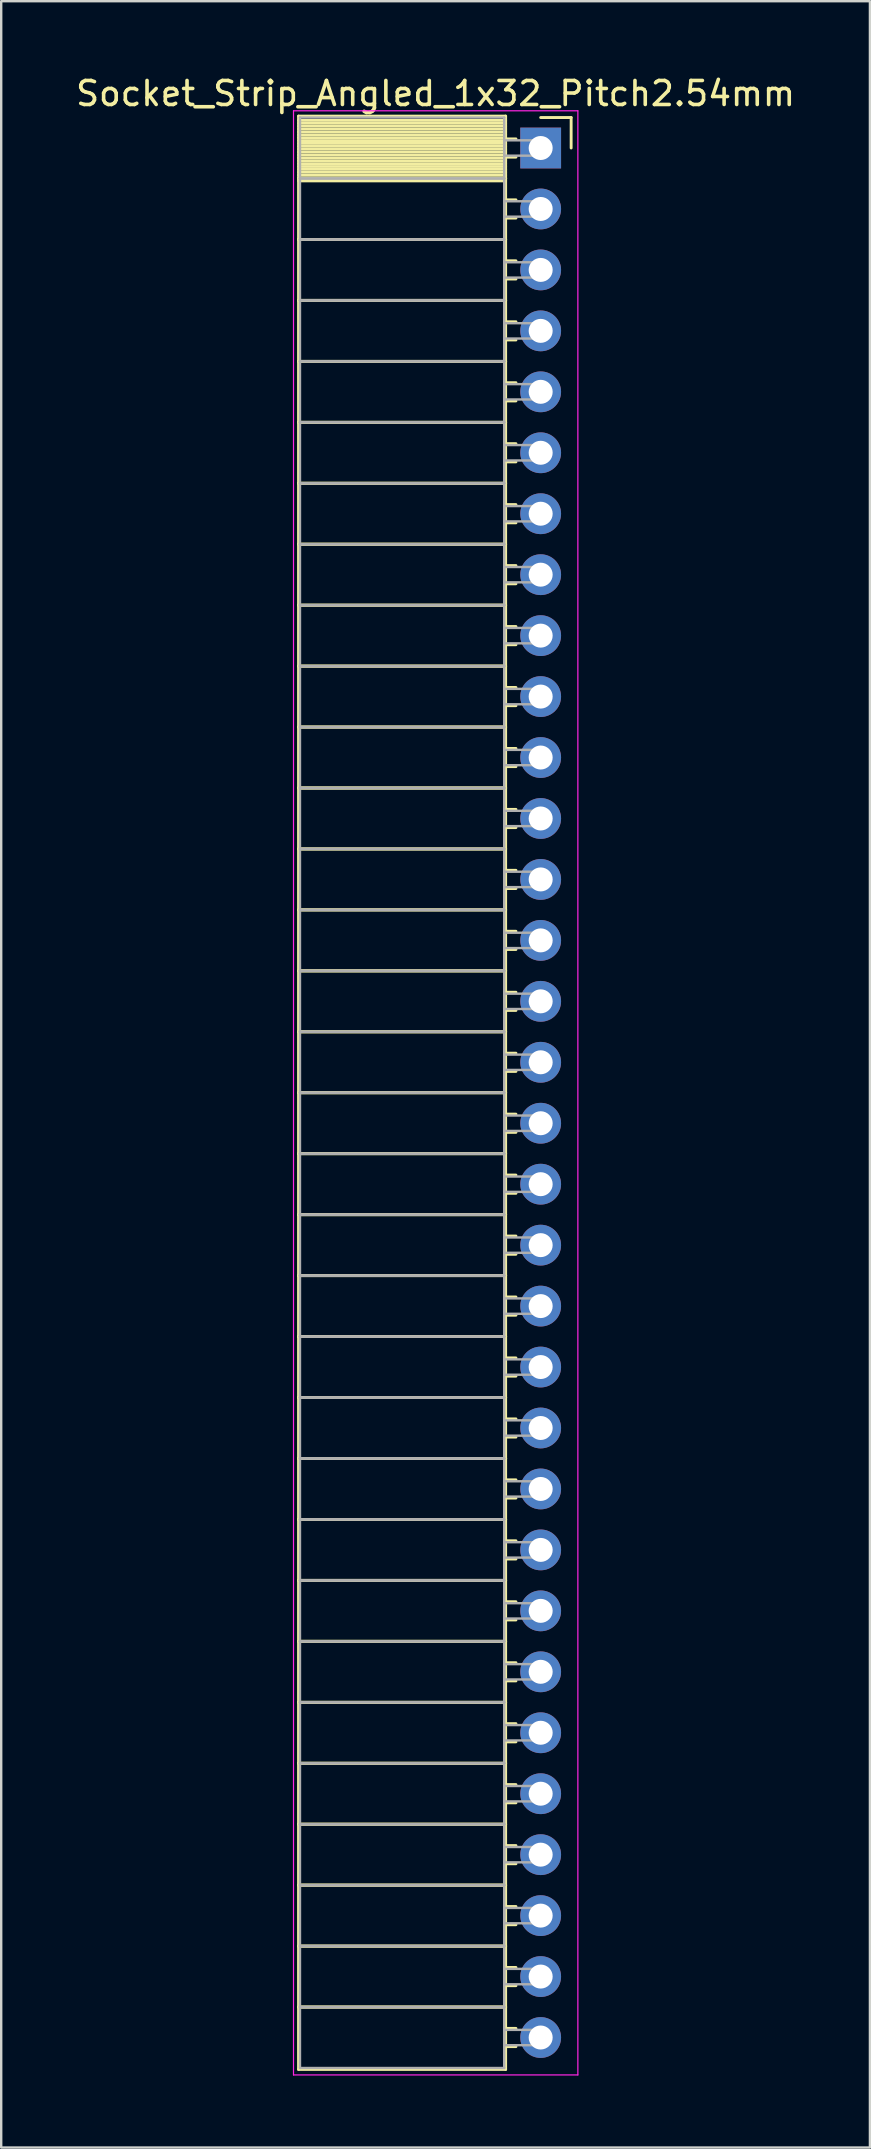
<source format=kicad_pcb>
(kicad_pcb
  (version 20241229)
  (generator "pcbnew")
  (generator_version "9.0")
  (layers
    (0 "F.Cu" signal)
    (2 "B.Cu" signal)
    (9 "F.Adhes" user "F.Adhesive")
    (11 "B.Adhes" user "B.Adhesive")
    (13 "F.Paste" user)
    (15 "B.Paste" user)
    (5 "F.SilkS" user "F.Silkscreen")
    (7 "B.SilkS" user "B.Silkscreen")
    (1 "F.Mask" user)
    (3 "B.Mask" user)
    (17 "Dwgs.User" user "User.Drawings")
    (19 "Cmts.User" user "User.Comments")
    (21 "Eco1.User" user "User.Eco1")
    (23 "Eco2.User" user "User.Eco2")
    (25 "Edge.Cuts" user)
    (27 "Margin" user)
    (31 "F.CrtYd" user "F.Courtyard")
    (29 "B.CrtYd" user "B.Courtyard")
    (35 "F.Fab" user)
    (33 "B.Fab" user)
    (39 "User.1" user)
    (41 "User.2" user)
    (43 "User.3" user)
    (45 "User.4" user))
  (footprint "Socket_Strip_Angled_1x32_Pitch2.54mm"
    (layer "F.Cu")
    (at 19.481 3.118)
    (property "Reference" "Socket_Strip_Angled_1x32_Pitch2.54mm" (at -4.38 -2.27 0) (layer "F.SilkS") (effects (font (size 1 1) (thickness 0.15))))
    (attr through_hole)
    (fp_line (start -10.09 -1.33) (end -1.46 -1.33) (stroke (width 0.12) (type solid)) (layer "F.SilkS"))
    (fp_line (start -10.09 1.27) (end -10.09 -1.33) (stroke (width 0.12) (type solid)) (layer "F.SilkS"))
    (fp_line (start -10.09 1.27) (end -1.46 1.27) (stroke (width 0.12) (type solid)) (layer "F.SilkS"))
    (fp_line (start -10.09 3.81) (end -10.09 1.27) (stroke (width 0.12) (type solid)) (layer "F.SilkS"))
    (fp_line (start -10.09 3.81) (end -1.46 3.81) (stroke (width 0.12) (type solid)) (layer "F.SilkS"))
    (fp_line (start -10.09 6.35) (end -10.09 3.81) (stroke (width 0.12) (type solid)) (layer "F.SilkS"))
    (fp_line (start -10.09 6.35) (end -1.46 6.35) (stroke (width 0.12) (type solid)) (layer "F.SilkS"))
    (fp_line (start -10.09 8.89) (end -10.09 6.35) (stroke (width 0.12) (type solid)) (layer "F.SilkS"))
    (fp_line (start -10.09 8.89) (end -1.46 8.89) (stroke (width 0.12) (type solid)) (layer "F.SilkS"))
    (fp_line (start -10.09 11.43) (end -10.09 8.89) (stroke (width 0.12) (type solid)) (layer "F.SilkS"))
    (fp_line (start -10.09 11.43) (end -1.46 11.43) (stroke (width 0.12) (type solid)) (layer "F.SilkS"))
    (fp_line (start -10.09 13.97) (end -10.09 11.43) (stroke (width 0.12) (type solid)) (layer "F.SilkS"))
    (fp_line (start -10.09 13.97) (end -1.46 13.97) (stroke (width 0.12) (type solid)) (layer "F.SilkS"))
    (fp_line (start -10.09 16.51) (end -10.09 13.97) (stroke (width 0.12) (type solid)) (layer "F.SilkS"))
    (fp_line (start -10.09 16.51) (end -1.46 16.51) (stroke (width 0.12) (type solid)) (layer "F.SilkS"))
    (fp_line (start -10.09 19.05) (end -10.09 16.51) (stroke (width 0.12) (type solid)) (layer "F.SilkS"))
    (fp_line (start -10.09 19.05) (end -1.46 19.05) (stroke (width 0.12) (type solid)) (layer "F.SilkS"))
    (fp_line (start -10.09 21.59) (end -10.09 19.05) (stroke (width 0.12) (type solid)) (layer "F.SilkS"))
    (fp_line (start -10.09 21.59) (end -1.46 21.59) (stroke (width 0.12) (type solid)) (layer "F.SilkS"))
    (fp_line (start -10.09 24.13) (end -10.09 21.59) (stroke (width 0.12) (type solid)) (layer "F.SilkS"))
    (fp_line (start -10.09 24.13) (end -1.46 24.13) (stroke (width 0.12) (type solid)) (layer "F.SilkS"))
    (fp_line (start -10.09 26.67) (end -10.09 24.13) (stroke (width 0.12) (type solid)) (layer "F.SilkS"))
    (fp_line (start -10.09 26.67) (end -1.46 26.67) (stroke (width 0.12) (type solid)) (layer "F.SilkS"))
    (fp_line (start -10.09 29.21) (end -10.09 26.67) (stroke (width 0.12) (type solid)) (layer "F.SilkS"))
    (fp_line (start -10.09 29.21) (end -1.46 29.21) (stroke (width 0.12) (type solid)) (layer "F.SilkS"))
    (fp_line (start -10.09 31.75) (end -10.09 29.21) (stroke (width 0.12) (type solid)) (layer "F.SilkS"))
    (fp_line (start -10.09 31.75) (end -1.46 31.75) (stroke (width 0.12) (type solid)) (layer "F.SilkS"))
    (fp_line (start -10.09 34.29) (end -10.09 31.75) (stroke (width 0.12) (type solid)) (layer "F.SilkS"))
    (fp_line (start -10.09 34.29) (end -1.46 34.29) (stroke (width 0.12) (type solid)) (layer "F.SilkS"))
    (fp_line (start -10.09 36.83) (end -10.09 34.29) (stroke (width 0.12) (type solid)) (layer "F.SilkS"))
    (fp_line (start -10.09 36.83) (end -1.46 36.83) (stroke (width 0.12) (type solid)) (layer "F.SilkS"))
    (fp_line (start -10.09 39.37) (end -10.09 36.83) (stroke (width 0.12) (type solid)) (layer "F.SilkS"))
    (fp_line (start -10.09 39.37) (end -1.46 39.37) (stroke (width 0.12) (type solid)) (layer "F.SilkS"))
    (fp_line (start -10.09 41.91) (end -10.09 39.37) (stroke (width 0.12) (type solid)) (layer "F.SilkS"))
    (fp_line (start -10.09 41.91) (end -1.46 41.91) (stroke (width 0.12) (type solid)) (layer "F.SilkS"))
    (fp_line (start -10.09 44.45) (end -10.09 41.91) (stroke (width 0.12) (type solid)) (layer "F.SilkS"))
    (fp_line (start -10.09 44.45) (end -1.46 44.45) (stroke (width 0.12) (type solid)) (layer "F.SilkS"))
    (fp_line (start -10.09 46.99) (end -10.09 44.45) (stroke (width 0.12) (type solid)) (layer "F.SilkS"))
    (fp_line (start -10.09 46.99) (end -1.46 46.99) (stroke (width 0.12) (type solid)) (layer "F.SilkS"))
    (fp_line (start -10.09 49.53) (end -10.09 46.99) (stroke (width 0.12) (type solid)) (layer "F.SilkS"))
    (fp_line (start -10.09 49.53) (end -1.46 49.53) (stroke (width 0.12) (type solid)) (layer "F.SilkS"))
    (fp_line (start -10.09 52.07) (end -10.09 49.53) (stroke (width 0.12) (type solid)) (layer "F.SilkS"))
    (fp_line (start -10.09 52.07) (end -1.46 52.07) (stroke (width 0.12) (type solid)) (layer "F.SilkS"))
    (fp_line (start -10.09 54.61) (end -10.09 52.07) (stroke (width 0.12) (type solid)) (layer "F.SilkS"))
    (fp_line (start -10.09 54.61) (end -1.46 54.61) (stroke (width 0.12) (type solid)) (layer "F.SilkS"))
    (fp_line (start -10.09 57.15) (end -10.09 54.61) (stroke (width 0.12) (type solid)) (layer "F.SilkS"))
    (fp_line (start -10.09 57.15) (end -1.46 57.15) (stroke (width 0.12) (type solid)) (layer "F.SilkS"))
    (fp_line (start -10.09 59.69) (end -10.09 57.15) (stroke (width 0.12) (type solid)) (layer "F.SilkS"))
    (fp_line (start -10.09 59.69) (end -1.46 59.69) (stroke (width 0.12) (type solid)) (layer "F.SilkS"))
    (fp_line (start -10.09 62.23) (end -10.09 59.69) (stroke (width 0.12) (type solid)) (layer "F.SilkS"))
    (fp_line (start -10.09 62.23) (end -1.46 62.23) (stroke (width 0.12) (type solid)) (layer "F.SilkS"))
    (fp_line (start -10.09 64.77) (end -10.09 62.23) (stroke (width 0.12) (type solid)) (layer "F.SilkS"))
    (fp_line (start -10.09 64.77) (end -1.46 64.77) (stroke (width 0.12) (type solid)) (layer "F.SilkS"))
    (fp_line (start -10.09 67.31) (end -10.09 64.77) (stroke (width 0.12) (type solid)) (layer "F.SilkS"))
    (fp_line (start -10.09 67.31) (end -1.46 67.31) (stroke (width 0.12) (type solid)) (layer "F.SilkS"))
    (fp_line (start -10.09 69.85) (end -10.09 67.31) (stroke (width 0.12) (type solid)) (layer "F.SilkS"))
    (fp_line (start -10.09 69.85) (end -1.46 69.85) (stroke (width 0.12) (type solid)) (layer "F.SilkS"))
    (fp_line (start -10.09 72.39) (end -10.09 69.85) (stroke (width 0.12) (type solid)) (layer "F.SilkS"))
    (fp_line (start -10.09 72.39) (end -1.46 72.39) (stroke (width 0.12) (type solid)) (layer "F.SilkS"))
    (fp_line (start -10.09 74.93) (end -10.09 72.39) (stroke (width 0.12) (type solid)) (layer "F.SilkS"))
    (fp_line (start -10.09 74.93) (end -1.46 74.93) (stroke (width 0.12) (type solid)) (layer "F.SilkS"))
    (fp_line (start -10.09 77.47) (end -10.09 74.93) (stroke (width 0.12) (type solid)) (layer "F.SilkS"))
    (fp_line (start -10.09 77.47) (end -1.46 77.47) (stroke (width 0.12) (type solid)) (layer "F.SilkS"))
    (fp_line (start -10.09 80.07) (end -10.09 77.47) (stroke (width 0.12) (type solid)) (layer "F.SilkS"))
    (fp_line (start -1.46 -1.33) (end -1.46 1.27) (stroke (width 0.12) (type solid)) (layer "F.SilkS"))
    (fp_line (start -1.46 -1.15) (end -10.09 -1.15) (stroke (width 0.12) (type solid)) (layer "F.SilkS"))
    (fp_line (start -1.46 -1.03) (end -10.09 -1.03) (stroke (width 0.12) (type solid)) (layer "F.SilkS"))
    (fp_line (start -1.46 -0.91) (end -10.09 -0.91) (stroke (width 0.12) (type solid)) (layer "F.SilkS"))
    (fp_line (start -1.46 -0.79) (end -10.09 -0.79) (stroke (width 0.12) (type solid)) (layer "F.SilkS"))
    (fp_line (start -1.46 -0.67) (end -10.09 -0.67) (stroke (width 0.12) (type solid)) (layer "F.SilkS"))
    (fp_line (start -1.46 -0.55) (end -10.09 -0.55) (stroke (width 0.12) (type solid)) (layer "F.SilkS"))
    (fp_line (start -1.46 -0.43) (end -10.09 -0.43) (stroke (width 0.12) (type solid)) (layer "F.SilkS"))
    (fp_line (start -1.46 -0.31) (end -10.09 -0.31) (stroke (width 0.12) (type solid)) (layer "F.SilkS"))
    (fp_line (start -1.46 -0.19) (end -10.09 -0.19) (stroke (width 0.12) (type solid)) (layer "F.SilkS"))
    (fp_line (start -1.46 -0.07) (end -10.09 -0.07) (stroke (width 0.12) (type solid)) (layer "F.SilkS"))
    (fp_line (start -1.46 0.05) (end -10.09 0.05) (stroke (width 0.12) (type solid)) (layer "F.SilkS"))
    (fp_line (start -1.46 0.17) (end -10.09 0.17) (stroke (width 0.12) (type solid)) (layer "F.SilkS"))
    (fp_line (start -1.46 0.29) (end -10.09 0.29) (stroke (width 0.12) (type solid)) (layer "F.SilkS"))
    (fp_line (start -1.46 0.41) (end -10.09 0.41) (stroke (width 0.12) (type solid)) (layer "F.SilkS"))
    (fp_line (start -1.46 0.53) (end -10.09 0.53) (stroke (width 0.12) (type solid)) (layer "F.SilkS"))
    (fp_line (start -1.46 0.65) (end -10.09 0.65) (stroke (width 0.12) (type solid)) (layer "F.SilkS"))
    (fp_line (start -1.46 0.77) (end -10.09 0.77) (stroke (width 0.12) (type solid)) (layer "F.SilkS"))
    (fp_line (start -1.46 0.89) (end -10.09 0.89) (stroke (width 0.12) (type solid)) (layer "F.SilkS"))
    (fp_line (start -1.46 1.01) (end -10.09 1.01) (stroke (width 0.12) (type solid)) (layer "F.SilkS"))
    (fp_line (start -1.46 1.13) (end -10.09 1.13) (stroke (width 0.12) (type solid)) (layer "F.SilkS"))
    (fp_line (start -1.46 1.25) (end -10.09 1.25) (stroke (width 0.12) (type solid)) (layer "F.SilkS"))
    (fp_line (start -1.46 1.27) (end -10.09 1.27) (stroke (width 0.12) (type solid)) (layer "F.SilkS"))
    (fp_line (start -1.46 1.27) (end -1.46 3.81) (stroke (width 0.12) (type solid)) (layer "F.SilkS"))
    (fp_line (start -1.46 1.37) (end -10.09 1.37) (stroke (width 0.12) (type solid)) (layer "F.SilkS"))
    (fp_line (start -1.46 3.81) (end -10.09 3.81) (stroke (width 0.12) (type solid)) (layer "F.SilkS"))
    (fp_line (start -1.46 3.81) (end -1.46 6.35) (stroke (width 0.12) (type solid)) (layer "F.SilkS"))
    (fp_line (start -1.46 6.35) (end -10.09 6.35) (stroke (width 0.12) (type solid)) (layer "F.SilkS"))
    (fp_line (start -1.46 6.35) (end -1.46 8.89) (stroke (width 0.12) (type solid)) (layer "F.SilkS"))
    (fp_line (start -1.46 8.89) (end -10.09 8.89) (stroke (width 0.12) (type solid)) (layer "F.SilkS"))
    (fp_line (start -1.46 8.89) (end -1.46 11.43) (stroke (width 0.12) (type solid)) (layer "F.SilkS"))
    (fp_line (start -1.46 11.43) (end -10.09 11.43) (stroke (width 0.12) (type solid)) (layer "F.SilkS"))
    (fp_line (start -1.46 11.43) (end -1.46 13.97) (stroke (width 0.12) (type solid)) (layer "F.SilkS"))
    (fp_line (start -1.46 13.97) (end -10.09 13.97) (stroke (width 0.12) (type solid)) (layer "F.SilkS"))
    (fp_line (start -1.46 13.97) (end -1.46 16.51) (stroke (width 0.12) (type solid)) (layer "F.SilkS"))
    (fp_line (start -1.46 16.51) (end -10.09 16.51) (stroke (width 0.12) (type solid)) (layer "F.SilkS"))
    (fp_line (start -1.46 16.51) (end -1.46 19.05) (stroke (width 0.12) (type solid)) (layer "F.SilkS"))
    (fp_line (start -1.46 19.05) (end -10.09 19.05) (stroke (width 0.12) (type solid)) (layer "F.SilkS"))
    (fp_line (start -1.46 19.05) (end -1.46 21.59) (stroke (width 0.12) (type solid)) (layer "F.SilkS"))
    (fp_line (start -1.46 21.59) (end -10.09 21.59) (stroke (width 0.12) (type solid)) (layer "F.SilkS"))
    (fp_line (start -1.46 21.59) (end -1.46 24.13) (stroke (width 0.12) (type solid)) (layer "F.SilkS"))
    (fp_line (start -1.46 24.13) (end -10.09 24.13) (stroke (width 0.12) (type solid)) (layer "F.SilkS"))
    (fp_line (start -1.46 24.13) (end -1.46 26.67) (stroke (width 0.12) (type solid)) (layer "F.SilkS"))
    (fp_line (start -1.46 26.67) (end -10.09 26.67) (stroke (width 0.12) (type solid)) (layer "F.SilkS"))
    (fp_line (start -1.46 26.67) (end -1.46 29.21) (stroke (width 0.12) (type solid)) (layer "F.SilkS"))
    (fp_line (start -1.46 29.21) (end -10.09 29.21) (stroke (width 0.12) (type solid)) (layer "F.SilkS"))
    (fp_line (start -1.46 29.21) (end -1.46 31.75) (stroke (width 0.12) (type solid)) (layer "F.SilkS"))
    (fp_line (start -1.46 31.75) (end -10.09 31.75) (stroke (width 0.12) (type solid)) (layer "F.SilkS"))
    (fp_line (start -1.46 31.75) (end -1.46 34.29) (stroke (width 0.12) (type solid)) (layer "F.SilkS"))
    (fp_line (start -1.46 34.29) (end -10.09 34.29) (stroke (width 0.12) (type solid)) (layer "F.SilkS"))
    (fp_line (start -1.46 34.29) (end -1.46 36.83) (stroke (width 0.12) (type solid)) (layer "F.SilkS"))
    (fp_line (start -1.46 36.83) (end -10.09 36.83) (stroke (width 0.12) (type solid)) (layer "F.SilkS"))
    (fp_line (start -1.46 36.83) (end -1.46 39.37) (stroke (width 0.12) (type solid)) (layer "F.SilkS"))
    (fp_line (start -1.46 39.37) (end -10.09 39.37) (stroke (width 0.12) (type solid)) (layer "F.SilkS"))
    (fp_line (start -1.46 39.37) (end -1.46 41.91) (stroke (width 0.12) (type solid)) (layer "F.SilkS"))
    (fp_line (start -1.46 41.91) (end -10.09 41.91) (stroke (width 0.12) (type solid)) (layer "F.SilkS"))
    (fp_line (start -1.46 41.91) (end -1.46 44.45) (stroke (width 0.12) (type solid)) (layer "F.SilkS"))
    (fp_line (start -1.46 44.45) (end -10.09 44.45) (stroke (width 0.12) (type solid)) (layer "F.SilkS"))
    (fp_line (start -1.46 44.45) (end -1.46 46.99) (stroke (width 0.12) (type solid)) (layer "F.SilkS"))
    (fp_line (start -1.46 46.99) (end -10.09 46.99) (stroke (width 0.12) (type solid)) (layer "F.SilkS"))
    (fp_line (start -1.46 46.99) (end -1.46 49.53) (stroke (width 0.12) (type solid)) (layer "F.SilkS"))
    (fp_line (start -1.46 49.53) (end -10.09 49.53) (stroke (width 0.12) (type solid)) (layer "F.SilkS"))
    (fp_line (start -1.46 49.53) (end -1.46 52.07) (stroke (width 0.12) (type solid)) (layer "F.SilkS"))
    (fp_line (start -1.46 52.07) (end -10.09 52.07) (stroke (width 0.12) (type solid)) (layer "F.SilkS"))
    (fp_line (start -1.46 52.07) (end -1.46 54.61) (stroke (width 0.12) (type solid)) (layer "F.SilkS"))
    (fp_line (start -1.46 54.61) (end -10.09 54.61) (stroke (width 0.12) (type solid)) (layer "F.SilkS"))
    (fp_line (start -1.46 54.61) (end -1.46 57.15) (stroke (width 0.12) (type solid)) (layer "F.SilkS"))
    (fp_line (start -1.46 57.15) (end -10.09 57.15) (stroke (width 0.12) (type solid)) (layer "F.SilkS"))
    (fp_line (start -1.46 57.15) (end -1.46 59.69) (stroke (width 0.12) (type solid)) (layer "F.SilkS"))
    (fp_line (start -1.46 59.69) (end -10.09 59.69) (stroke (width 0.12) (type solid)) (layer "F.SilkS"))
    (fp_line (start -1.46 59.69) (end -1.46 62.23) (stroke (width 0.12) (type solid)) (layer "F.SilkS"))
    (fp_line (start -1.46 62.23) (end -10.09 62.23) (stroke (width 0.12) (type solid)) (layer "F.SilkS"))
    (fp_line (start -1.46 62.23) (end -1.46 64.77) (stroke (width 0.12) (type solid)) (layer "F.SilkS"))
    (fp_line (start -1.46 64.77) (end -10.09 64.77) (stroke (width 0.12) (type solid)) (layer "F.SilkS"))
    (fp_line (start -1.46 64.77) (end -1.46 67.31) (stroke (width 0.12) (type solid)) (layer "F.SilkS"))
    (fp_line (start -1.46 67.31) (end -10.09 67.31) (stroke (width 0.12) (type solid)) (layer "F.SilkS"))
    (fp_line (start -1.46 67.31) (end -1.46 69.85) (stroke (width 0.12) (type solid)) (layer "F.SilkS"))
    (fp_line (start -1.46 69.85) (end -10.09 69.85) (stroke (width 0.12) (type solid)) (layer "F.SilkS"))
    (fp_line (start -1.46 69.85) (end -1.46 72.39) (stroke (width 0.12) (type solid)) (layer "F.SilkS"))
    (fp_line (start -1.46 72.39) (end -10.09 72.39) (stroke (width 0.12) (type solid)) (layer "F.SilkS"))
    (fp_line (start -1.46 72.39) (end -1.46 74.93) (stroke (width 0.12) (type solid)) (layer "F.SilkS"))
    (fp_line (start -1.46 74.93) (end -10.09 74.93) (stroke (width 0.12) (type solid)) (layer "F.SilkS"))
    (fp_line (start -1.46 74.93) (end -1.46 77.47) (stroke (width 0.12) (type solid)) (layer "F.SilkS"))
    (fp_line (start -1.46 77.47) (end -10.09 77.47) (stroke (width 0.12) (type solid)) (layer "F.SilkS"))
    (fp_line (start -1.46 77.47) (end -1.46 80.07) (stroke (width 0.12) (type solid)) (layer "F.SilkS"))
    (fp_line (start -1.46 80.07) (end -10.09 80.07) (stroke (width 0.12) (type solid)) (layer "F.SilkS"))
    (fp_line (start -1.03 -0.38) (end -1.46 -0.38) (stroke (width 0.12) (type solid)) (layer "F.SilkS"))
    (fp_line (start -1.03 0.38) (end -1.46 0.38) (stroke (width 0.12) (type solid)) (layer "F.SilkS"))
    (fp_line (start -1.03 2.16) (end -1.46 2.16) (stroke (width 0.12) (type solid)) (layer "F.SilkS"))
    (fp_line (start -1.03 2.92) (end -1.46 2.92) (stroke (width 0.12) (type solid)) (layer "F.SilkS"))
    (fp_line (start -1.03 4.7) (end -1.46 4.7) (stroke (width 0.12) (type solid)) (layer "F.SilkS"))
    (fp_line (start -1.03 5.46) (end -1.46 5.46) (stroke (width 0.12) (type solid)) (layer "F.SilkS"))
    (fp_line (start -1.03 7.24) (end -1.46 7.24) (stroke (width 0.12) (type solid)) (layer "F.SilkS"))
    (fp_line (start -1.03 8) (end -1.46 8) (stroke (width 0.12) (type solid)) (layer "F.SilkS"))
    (fp_line (start -1.03 9.78) (end -1.46 9.78) (stroke (width 0.12) (type solid)) (layer "F.SilkS"))
    (fp_line (start -1.03 10.54) (end -1.46 10.54) (stroke (width 0.12) (type solid)) (layer "F.SilkS"))
    (fp_line (start -1.03 12.32) (end -1.46 12.32) (stroke (width 0.12) (type solid)) (layer "F.SilkS"))
    (fp_line (start -1.03 13.08) (end -1.46 13.08) (stroke (width 0.12) (type solid)) (layer "F.SilkS"))
    (fp_line (start -1.03 14.86) (end -1.46 14.86) (stroke (width 0.12) (type solid)) (layer "F.SilkS"))
    (fp_line (start -1.03 15.62) (end -1.46 15.62) (stroke (width 0.12) (type solid)) (layer "F.SilkS"))
    (fp_line (start -1.03 17.4) (end -1.46 17.4) (stroke (width 0.12) (type solid)) (layer "F.SilkS"))
    (fp_line (start -1.03 18.16) (end -1.46 18.16) (stroke (width 0.12) (type solid)) (layer "F.SilkS"))
    (fp_line (start -1.03 19.94) (end -1.46 19.94) (stroke (width 0.12) (type solid)) (layer "F.SilkS"))
    (fp_line (start -1.03 20.7) (end -1.46 20.7) (stroke (width 0.12) (type solid)) (layer "F.SilkS"))
    (fp_line (start -1.03 22.48) (end -1.46 22.48) (stroke (width 0.12) (type solid)) (layer "F.SilkS"))
    (fp_line (start -1.03 23.24) (end -1.46 23.24) (stroke (width 0.12) (type solid)) (layer "F.SilkS"))
    (fp_line (start -1.03 25.02) (end -1.46 25.02) (stroke (width 0.12) (type solid)) (layer "F.SilkS"))
    (fp_line (start -1.03 25.78) (end -1.46 25.78) (stroke (width 0.12) (type solid)) (layer "F.SilkS"))
    (fp_line (start -1.03 27.56) (end -1.46 27.56) (stroke (width 0.12) (type solid)) (layer "F.SilkS"))
    (fp_line (start -1.03 28.32) (end -1.46 28.32) (stroke (width 0.12) (type solid)) (layer "F.SilkS"))
    (fp_line (start -1.03 30.1) (end -1.46 30.1) (stroke (width 0.12) (type solid)) (layer "F.SilkS"))
    (fp_line (start -1.03 30.86) (end -1.46 30.86) (stroke (width 0.12) (type solid)) (layer "F.SilkS"))
    (fp_line (start -1.03 32.64) (end -1.46 32.64) (stroke (width 0.12) (type solid)) (layer "F.SilkS"))
    (fp_line (start -1.03 33.4) (end -1.46 33.4) (stroke (width 0.12) (type solid)) (layer "F.SilkS"))
    (fp_line (start -1.03 35.18) (end -1.46 35.18) (stroke (width 0.12) (type solid)) (layer "F.SilkS"))
    (fp_line (start -1.03 35.94) (end -1.46 35.94) (stroke (width 0.12) (type solid)) (layer "F.SilkS"))
    (fp_line (start -1.03 37.72) (end -1.46 37.72) (stroke (width 0.12) (type solid)) (layer "F.SilkS"))
    (fp_line (start -1.03 38.48) (end -1.46 38.48) (stroke (width 0.12) (type solid)) (layer "F.SilkS"))
    (fp_line (start -1.03 40.26) (end -1.46 40.26) (stroke (width 0.12) (type solid)) (layer "F.SilkS"))
    (fp_line (start -1.03 41.02) (end -1.46 41.02) (stroke (width 0.12) (type solid)) (layer "F.SilkS"))
    (fp_line (start -1.03 42.8) (end -1.46 42.8) (stroke (width 0.12) (type solid)) (layer "F.SilkS"))
    (fp_line (start -1.03 43.56) (end -1.46 43.56) (stroke (width 0.12) (type solid)) (layer "F.SilkS"))
    (fp_line (start -1.03 45.34) (end -1.46 45.34) (stroke (width 0.12) (type solid)) (layer "F.SilkS"))
    (fp_line (start -1.03 46.1) (end -1.46 46.1) (stroke (width 0.12) (type solid)) (layer "F.SilkS"))
    (fp_line (start -1.03 47.88) (end -1.46 47.88) (stroke (width 0.12) (type solid)) (layer "F.SilkS"))
    (fp_line (start -1.03 48.64) (end -1.46 48.64) (stroke (width 0.12) (type solid)) (layer "F.SilkS"))
    (fp_line (start -1.03 50.42) (end -1.46 50.42) (stroke (width 0.12) (type solid)) (layer "F.SilkS"))
    (fp_line (start -1.03 51.18) (end -1.46 51.18) (stroke (width 0.12) (type solid)) (layer "F.SilkS"))
    (fp_line (start -1.03 52.96) (end -1.46 52.96) (stroke (width 0.12) (type solid)) (layer "F.SilkS"))
    (fp_line (start -1.03 53.72) (end -1.46 53.72) (stroke (width 0.12) (type solid)) (layer "F.SilkS"))
    (fp_line (start -1.03 55.5) (end -1.46 55.5) (stroke (width 0.12) (type solid)) (layer "F.SilkS"))
    (fp_line (start -1.03 56.26) (end -1.46 56.26) (stroke (width 0.12) (type solid)) (layer "F.SilkS"))
    (fp_line (start -1.03 58.04) (end -1.46 58.04) (stroke (width 0.12) (type solid)) (layer "F.SilkS"))
    (fp_line (start -1.03 58.8) (end -1.46 58.8) (stroke (width 0.12) (type solid)) (layer "F.SilkS"))
    (fp_line (start -1.03 60.58) (end -1.46 60.58) (stroke (width 0.12) (type solid)) (layer "F.SilkS"))
    (fp_line (start -1.03 61.34) (end -1.46 61.34) (stroke (width 0.12) (type solid)) (layer "F.SilkS"))
    (fp_line (start -1.03 63.12) (end -1.46 63.12) (stroke (width 0.12) (type solid)) (layer "F.SilkS"))
    (fp_line (start -1.03 63.88) (end -1.46 63.88) (stroke (width 0.12) (type solid)) (layer "F.SilkS"))
    (fp_line (start -1.03 65.66) (end -1.46 65.66) (stroke (width 0.12) (type solid)) (layer "F.SilkS"))
    (fp_line (start -1.03 66.42) (end -1.46 66.42) (stroke (width 0.12) (type solid)) (layer "F.SilkS"))
    (fp_line (start -1.03 68.2) (end -1.46 68.2) (stroke (width 0.12) (type solid)) (layer "F.SilkS"))
    (fp_line (start -1.03 68.96) (end -1.46 68.96) (stroke (width 0.12) (type solid)) (layer "F.SilkS"))
    (fp_line (start -1.03 70.74) (end -1.46 70.74) (stroke (width 0.12) (type solid)) (layer "F.SilkS"))
    (fp_line (start -1.03 71.5) (end -1.46 71.5) (stroke (width 0.12) (type solid)) (layer "F.SilkS"))
    (fp_line (start -1.03 73.28) (end -1.46 73.28) (stroke (width 0.12) (type solid)) (layer "F.SilkS"))
    (fp_line (start -1.03 74.04) (end -1.46 74.04) (stroke (width 0.12) (type solid)) (layer "F.SilkS"))
    (fp_line (start -1.03 75.82) (end -1.46 75.82) (stroke (width 0.12) (type solid)) (layer "F.SilkS"))
    (fp_line (start -1.03 76.58) (end -1.46 76.58) (stroke (width 0.12) (type solid)) (layer "F.SilkS"))
    (fp_line (start -1.03 78.36) (end -1.46 78.36) (stroke (width 0.12) (type solid)) (layer "F.SilkS"))
    (fp_line (start -1.03 79.12) (end -1.46 79.12) (stroke (width 0.12) (type solid)) (layer "F.SilkS"))
    (fp_line (start 0 -1.27) (end 1.27 -1.27) (stroke (width 0.12) (type solid)) (layer "F.SilkS"))
    (fp_line (start 1.27 -1.27) (end 1.27 0) (stroke (width 0.12) (type solid)) (layer "F.SilkS"))
    (fp_line (start -10.3 -1.55) (end 1.55 -1.55) (stroke (width 0.05) (type solid)) (layer "F.CrtYd"))
    (fp_line (start -10.3 80.3) (end -10.3 -1.55) (stroke (width 0.05) (type solid)) (layer "F.CrtYd"))
    (fp_line (start 1.55 -1.55) (end 1.55 80.3) (stroke (width 0.05) (type solid)) (layer "F.CrtYd"))
    (fp_line (start 1.55 80.3) (end -10.3 80.3) (stroke (width 0.05) (type solid)) (layer "F.CrtYd"))
    (fp_line (start -10.03 -1.27) (end -1.52 -1.27) (stroke (width 0.1) (type solid)) (layer "F.Fab"))
    (fp_line (start -10.03 1.27) (end -10.03 -1.27) (stroke (width 0.1) (type solid)) (layer "F.Fab"))
    (fp_line (start -10.03 1.27) (end -1.52 1.27) (stroke (width 0.1) (type solid)) (layer "F.Fab"))
    (fp_line (start -10.03 3.81) (end -10.03 1.27) (stroke (width 0.1) (type solid)) (layer "F.Fab"))
    (fp_line (start -10.03 3.81) (end -1.52 3.81) (stroke (width 0.1) (type solid)) (layer "F.Fab"))
    (fp_line (start -10.03 6.35) (end -10.03 3.81) (stroke (width 0.1) (type solid)) (layer "F.Fab"))
    (fp_line (start -10.03 6.35) (end -1.52 6.35) (stroke (width 0.1) (type solid)) (layer "F.Fab"))
    (fp_line (start -10.03 8.89) (end -10.03 6.35) (stroke (width 0.1) (type solid)) (layer "F.Fab"))
    (fp_line (start -10.03 8.89) (end -1.52 8.89) (stroke (width 0.1) (type solid)) (layer "F.Fab"))
    (fp_line (start -10.03 11.43) (end -10.03 8.89) (stroke (width 0.1) (type solid)) (layer "F.Fab"))
    (fp_line (start -10.03 11.43) (end -1.52 11.43) (stroke (width 0.1) (type solid)) (layer "F.Fab"))
    (fp_line (start -10.03 13.97) (end -10.03 11.43) (stroke (width 0.1) (type solid)) (layer "F.Fab"))
    (fp_line (start -10.03 13.97) (end -1.52 13.97) (stroke (width 0.1) (type solid)) (layer "F.Fab"))
    (fp_line (start -10.03 16.51) (end -10.03 13.97) (stroke (width 0.1) (type solid)) (layer "F.Fab"))
    (fp_line (start -10.03 16.51) (end -1.52 16.51) (stroke (width 0.1) (type solid)) (layer "F.Fab"))
    (fp_line (start -10.03 19.05) (end -10.03 16.51) (stroke (width 0.1) (type solid)) (layer "F.Fab"))
    (fp_line (start -10.03 19.05) (end -1.52 19.05) (stroke (width 0.1) (type solid)) (layer "F.Fab"))
    (fp_line (start -10.03 21.59) (end -10.03 19.05) (stroke (width 0.1) (type solid)) (layer "F.Fab"))
    (fp_line (start -10.03 21.59) (end -1.52 21.59) (stroke (width 0.1) (type solid)) (layer "F.Fab"))
    (fp_line (start -10.03 24.13) (end -10.03 21.59) (stroke (width 0.1) (type solid)) (layer "F.Fab"))
    (fp_line (start -10.03 24.13) (end -1.52 24.13) (stroke (width 0.1) (type solid)) (layer "F.Fab"))
    (fp_line (start -10.03 26.67) (end -10.03 24.13) (stroke (width 0.1) (type solid)) (layer "F.Fab"))
    (fp_line (start -10.03 26.67) (end -1.52 26.67) (stroke (width 0.1) (type solid)) (layer "F.Fab"))
    (fp_line (start -10.03 29.21) (end -10.03 26.67) (stroke (width 0.1) (type solid)) (layer "F.Fab"))
    (fp_line (start -10.03 29.21) (end -1.52 29.21) (stroke (width 0.1) (type solid)) (layer "F.Fab"))
    (fp_line (start -10.03 31.75) (end -10.03 29.21) (stroke (width 0.1) (type solid)) (layer "F.Fab"))
    (fp_line (start -10.03 31.75) (end -1.52 31.75) (stroke (width 0.1) (type solid)) (layer "F.Fab"))
    (fp_line (start -10.03 34.29) (end -10.03 31.75) (stroke (width 0.1) (type solid)) (layer "F.Fab"))
    (fp_line (start -10.03 34.29) (end -1.52 34.29) (stroke (width 0.1) (type solid)) (layer "F.Fab"))
    (fp_line (start -10.03 36.83) (end -10.03 34.29) (stroke (width 0.1) (type solid)) (layer "F.Fab"))
    (fp_line (start -10.03 36.83) (end -1.52 36.83) (stroke (width 0.1) (type solid)) (layer "F.Fab"))
    (fp_line (start -10.03 39.37) (end -10.03 36.83) (stroke (width 0.1) (type solid)) (layer "F.Fab"))
    (fp_line (start -10.03 39.37) (end -1.52 39.37) (stroke (width 0.1) (type solid)) (layer "F.Fab"))
    (fp_line (start -10.03 41.91) (end -10.03 39.37) (stroke (width 0.1) (type solid)) (layer "F.Fab"))
    (fp_line (start -10.03 41.91) (end -1.52 41.91) (stroke (width 0.1) (type solid)) (layer "F.Fab"))
    (fp_line (start -10.03 44.45) (end -10.03 41.91) (stroke (width 0.1) (type solid)) (layer "F.Fab"))
    (fp_line (start -10.03 44.45) (end -1.52 44.45) (stroke (width 0.1) (type solid)) (layer "F.Fab"))
    (fp_line (start -10.03 46.99) (end -10.03 44.45) (stroke (width 0.1) (type solid)) (layer "F.Fab"))
    (fp_line (start -10.03 46.99) (end -1.52 46.99) (stroke (width 0.1) (type solid)) (layer "F.Fab"))
    (fp_line (start -10.03 49.53) (end -10.03 46.99) (stroke (width 0.1) (type solid)) (layer "F.Fab"))
    (fp_line (start -10.03 49.53) (end -1.52 49.53) (stroke (width 0.1) (type solid)) (layer "F.Fab"))
    (fp_line (start -10.03 52.07) (end -10.03 49.53) (stroke (width 0.1) (type solid)) (layer "F.Fab"))
    (fp_line (start -10.03 52.07) (end -1.52 52.07) (stroke (width 0.1) (type solid)) (layer "F.Fab"))
    (fp_line (start -10.03 54.61) (end -10.03 52.07) (stroke (width 0.1) (type solid)) (layer "F.Fab"))
    (fp_line (start -10.03 54.61) (end -1.52 54.61) (stroke (width 0.1) (type solid)) (layer "F.Fab"))
    (fp_line (start -10.03 57.15) (end -10.03 54.61) (stroke (width 0.1) (type solid)) (layer "F.Fab"))
    (fp_line (start -10.03 57.15) (end -1.52 57.15) (stroke (width 0.1) (type solid)) (layer "F.Fab"))
    (fp_line (start -10.03 59.69) (end -10.03 57.15) (stroke (width 0.1) (type solid)) (layer "F.Fab"))
    (fp_line (start -10.03 59.69) (end -1.52 59.69) (stroke (width 0.1) (type solid)) (layer "F.Fab"))
    (fp_line (start -10.03 62.23) (end -10.03 59.69) (stroke (width 0.1) (type solid)) (layer "F.Fab"))
    (fp_line (start -10.03 62.23) (end -1.52 62.23) (stroke (width 0.1) (type solid)) (layer "F.Fab"))
    (fp_line (start -10.03 64.77) (end -10.03 62.23) (stroke (width 0.1) (type solid)) (layer "F.Fab"))
    (fp_line (start -10.03 64.77) (end -1.52 64.77) (stroke (width 0.1) (type solid)) (layer "F.Fab"))
    (fp_line (start -10.03 67.31) (end -10.03 64.77) (stroke (width 0.1) (type solid)) (layer "F.Fab"))
    (fp_line (start -10.03 67.31) (end -1.52 67.31) (stroke (width 0.1) (type solid)) (layer "F.Fab"))
    (fp_line (start -10.03 69.85) (end -10.03 67.31) (stroke (width 0.1) (type solid)) (layer "F.Fab"))
    (fp_line (start -10.03 69.85) (end -1.52 69.85) (stroke (width 0.1) (type solid)) (layer "F.Fab"))
    (fp_line (start -10.03 72.39) (end -10.03 69.85) (stroke (width 0.1) (type solid)) (layer "F.Fab"))
    (fp_line (start -10.03 72.39) (end -1.52 72.39) (stroke (width 0.1) (type solid)) (layer "F.Fab"))
    (fp_line (start -10.03 74.93) (end -10.03 72.39) (stroke (width 0.1) (type solid)) (layer "F.Fab"))
    (fp_line (start -10.03 74.93) (end -1.52 74.93) (stroke (width 0.1) (type solid)) (layer "F.Fab"))
    (fp_line (start -10.03 77.47) (end -10.03 74.93) (stroke (width 0.1) (type solid)) (layer "F.Fab"))
    (fp_line (start -10.03 77.47) (end -1.52 77.47) (stroke (width 0.1) (type solid)) (layer "F.Fab"))
    (fp_line (start -10.03 80.01) (end -10.03 77.47) (stroke (width 0.1) (type solid)) (layer "F.Fab"))
    (fp_line (start -1.52 -1.27) (end -1.52 1.27) (stroke (width 0.1) (type solid)) (layer "F.Fab"))
    (fp_line (start -1.52 -0.32) (end 0 -0.32) (stroke (width 0.1) (type solid)) (layer "F.Fab"))
    (fp_line (start -1.52 0.32) (end -1.52 -0.32) (stroke (width 0.1) (type solid)) (layer "F.Fab"))
    (fp_line (start -1.52 1.27) (end -10.03 1.27) (stroke (width 0.1) (type solid)) (layer "F.Fab"))
    (fp_line (start -1.52 1.27) (end -1.52 3.81) (stroke (width 0.1) (type solid)) (layer "F.Fab"))
    (fp_line (start -1.52 2.22) (end 0 2.22) (stroke (width 0.1) (type solid)) (layer "F.Fab"))
    (fp_line (start -1.52 2.86) (end -1.52 2.22) (stroke (width 0.1) (type solid)) (layer "F.Fab"))
    (fp_line (start -1.52 3.81) (end -10.03 3.81) (stroke (width 0.1) (type solid)) (layer "F.Fab"))
    (fp_line (start -1.52 3.81) (end -1.52 6.35) (stroke (width 0.1) (type solid)) (layer "F.Fab"))
    (fp_line (start -1.52 4.76) (end 0 4.76) (stroke (width 0.1) (type solid)) (layer "F.Fab"))
    (fp_line (start -1.52 5.4) (end -1.52 4.76) (stroke (width 0.1) (type solid)) (layer "F.Fab"))
    (fp_line (start -1.52 6.35) (end -10.03 6.35) (stroke (width 0.1) (type solid)) (layer "F.Fab"))
    (fp_line (start -1.52 6.35) (end -1.52 8.89) (stroke (width 0.1) (type solid)) (layer "F.Fab"))
    (fp_line (start -1.52 7.3) (end 0 7.3) (stroke (width 0.1) (type solid)) (layer "F.Fab"))
    (fp_line (start -1.52 7.94) (end -1.52 7.3) (stroke (width 0.1) (type solid)) (layer "F.Fab"))
    (fp_line (start -1.52 8.89) (end -10.03 8.89) (stroke (width 0.1) (type solid)) (layer "F.Fab"))
    (fp_line (start -1.52 8.89) (end -1.52 11.43) (stroke (width 0.1) (type solid)) (layer "F.Fab"))
    (fp_line (start -1.52 9.84) (end 0 9.84) (stroke (width 0.1) (type solid)) (layer "F.Fab"))
    (fp_line (start -1.52 10.48) (end -1.52 9.84) (stroke (width 0.1) (type solid)) (layer "F.Fab"))
    (fp_line (start -1.52 11.43) (end -10.03 11.43) (stroke (width 0.1) (type solid)) (layer "F.Fab"))
    (fp_line (start -1.52 11.43) (end -1.52 13.97) (stroke (width 0.1) (type solid)) (layer "F.Fab"))
    (fp_line (start -1.52 12.38) (end 0 12.38) (stroke (width 0.1) (type solid)) (layer "F.Fab"))
    (fp_line (start -1.52 13.02) (end -1.52 12.38) (stroke (width 0.1) (type solid)) (layer "F.Fab"))
    (fp_line (start -1.52 13.97) (end -10.03 13.97) (stroke (width 0.1) (type solid)) (layer "F.Fab"))
    (fp_line (start -1.52 13.97) (end -1.52 16.51) (stroke (width 0.1) (type solid)) (layer "F.Fab"))
    (fp_line (start -1.52 14.92) (end 0 14.92) (stroke (width 0.1) (type solid)) (layer "F.Fab"))
    (fp_line (start -1.52 15.56) (end -1.52 14.92) (stroke (width 0.1) (type solid)) (layer "F.Fab"))
    (fp_line (start -1.52 16.51) (end -10.03 16.51) (stroke (width 0.1) (type solid)) (layer "F.Fab"))
    (fp_line (start -1.52 16.51) (end -1.52 19.05) (stroke (width 0.1) (type solid)) (layer "F.Fab"))
    (fp_line (start -1.52 17.46) (end 0 17.46) (stroke (width 0.1) (type solid)) (layer "F.Fab"))
    (fp_line (start -1.52 18.1) (end -1.52 17.46) (stroke (width 0.1) (type solid)) (layer "F.Fab"))
    (fp_line (start -1.52 19.05) (end -10.03 19.05) (stroke (width 0.1) (type solid)) (layer "F.Fab"))
    (fp_line (start -1.52 19.05) (end -1.52 21.59) (stroke (width 0.1) (type solid)) (layer "F.Fab"))
    (fp_line (start -1.52 20) (end 0 20) (stroke (width 0.1) (type solid)) (layer "F.Fab"))
    (fp_line (start -1.52 20.64) (end -1.52 20) (stroke (width 0.1) (type solid)) (layer "F.Fab"))
    (fp_line (start -1.52 21.59) (end -10.03 21.59) (stroke (width 0.1) (type solid)) (layer "F.Fab"))
    (fp_line (start -1.52 21.59) (end -1.52 24.13) (stroke (width 0.1) (type solid)) (layer "F.Fab"))
    (fp_line (start -1.52 22.54) (end 0 22.54) (stroke (width 0.1) (type solid)) (layer "F.Fab"))
    (fp_line (start -1.52 23.18) (end -1.52 22.54) (stroke (width 0.1) (type solid)) (layer "F.Fab"))
    (fp_line (start -1.52 24.13) (end -10.03 24.13) (stroke (width 0.1) (type solid)) (layer "F.Fab"))
    (fp_line (start -1.52 24.13) (end -1.52 26.67) (stroke (width 0.1) (type solid)) (layer "F.Fab"))
    (fp_line (start -1.52 25.08) (end 0 25.08) (stroke (width 0.1) (type solid)) (layer "F.Fab"))
    (fp_line (start -1.52 25.72) (end -1.52 25.08) (stroke (width 0.1) (type solid)) (layer "F.Fab"))
    (fp_line (start -1.52 26.67) (end -10.03 26.67) (stroke (width 0.1) (type solid)) (layer "F.Fab"))
    (fp_line (start -1.52 26.67) (end -1.52 29.21) (stroke (width 0.1) (type solid)) (layer "F.Fab"))
    (fp_line (start -1.52 27.62) (end 0 27.62) (stroke (width 0.1) (type solid)) (layer "F.Fab"))
    (fp_line (start -1.52 28.26) (end -1.52 27.62) (stroke (width 0.1) (type solid)) (layer "F.Fab"))
    (fp_line (start -1.52 29.21) (end -10.03 29.21) (stroke (width 0.1) (type solid)) (layer "F.Fab"))
    (fp_line (start -1.52 29.21) (end -1.52 31.75) (stroke (width 0.1) (type solid)) (layer "F.Fab"))
    (fp_line (start -1.52 30.16) (end 0 30.16) (stroke (width 0.1) (type solid)) (layer "F.Fab"))
    (fp_line (start -1.52 30.8) (end -1.52 30.16) (stroke (width 0.1) (type solid)) (layer "F.Fab"))
    (fp_line (start -1.52 31.75) (end -10.03 31.75) (stroke (width 0.1) (type solid)) (layer "F.Fab"))
    (fp_line (start -1.52 31.75) (end -1.52 34.29) (stroke (width 0.1) (type solid)) (layer "F.Fab"))
    (fp_line (start -1.52 32.7) (end 0 32.7) (stroke (width 0.1) (type solid)) (layer "F.Fab"))
    (fp_line (start -1.52 33.34) (end -1.52 32.7) (stroke (width 0.1) (type solid)) (layer "F.Fab"))
    (fp_line (start -1.52 34.29) (end -10.03 34.29) (stroke (width 0.1) (type solid)) (layer "F.Fab"))
    (fp_line (start -1.52 34.29) (end -1.52 36.83) (stroke (width 0.1) (type solid)) (layer "F.Fab"))
    (fp_line (start -1.52 35.24) (end 0 35.24) (stroke (width 0.1) (type solid)) (layer "F.Fab"))
    (fp_line (start -1.52 35.88) (end -1.52 35.24) (stroke (width 0.1) (type solid)) (layer "F.Fab"))
    (fp_line (start -1.52 36.83) (end -10.03 36.83) (stroke (width 0.1) (type solid)) (layer "F.Fab"))
    (fp_line (start -1.52 36.83) (end -1.52 39.37) (stroke (width 0.1) (type solid)) (layer "F.Fab"))
    (fp_line (start -1.52 37.78) (end 0 37.78) (stroke (width 0.1) (type solid)) (layer "F.Fab"))
    (fp_line (start -1.52 38.42) (end -1.52 37.78) (stroke (width 0.1) (type solid)) (layer "F.Fab"))
    (fp_line (start -1.52 39.37) (end -10.03 39.37) (stroke (width 0.1) (type solid)) (layer "F.Fab"))
    (fp_line (start -1.52 39.37) (end -1.52 41.91) (stroke (width 0.1) (type solid)) (layer "F.Fab"))
    (fp_line (start -1.52 40.32) (end 0 40.32) (stroke (width 0.1) (type solid)) (layer "F.Fab"))
    (fp_line (start -1.52 40.96) (end -1.52 40.32) (stroke (width 0.1) (type solid)) (layer "F.Fab"))
    (fp_line (start -1.52 41.91) (end -10.03 41.91) (stroke (width 0.1) (type solid)) (layer "F.Fab"))
    (fp_line (start -1.52 41.91) (end -1.52 44.45) (stroke (width 0.1) (type solid)) (layer "F.Fab"))
    (fp_line (start -1.52 42.86) (end 0 42.86) (stroke (width 0.1) (type solid)) (layer "F.Fab"))
    (fp_line (start -1.52 43.5) (end -1.52 42.86) (stroke (width 0.1) (type solid)) (layer "F.Fab"))
    (fp_line (start -1.52 44.45) (end -10.03 44.45) (stroke (width 0.1) (type solid)) (layer "F.Fab"))
    (fp_line (start -1.52 44.45) (end -1.52 46.99) (stroke (width 0.1) (type solid)) (layer "F.Fab"))
    (fp_line (start -1.52 45.4) (end 0 45.4) (stroke (width 0.1) (type solid)) (layer "F.Fab"))
    (fp_line (start -1.52 46.04) (end -1.52 45.4) (stroke (width 0.1) (type solid)) (layer "F.Fab"))
    (fp_line (start -1.52 46.99) (end -10.03 46.99) (stroke (width 0.1) (type solid)) (layer "F.Fab"))
    (fp_line (start -1.52 46.99) (end -1.52 49.53) (stroke (width 0.1) (type solid)) (layer "F.Fab"))
    (fp_line (start -1.52 47.94) (end 0 47.94) (stroke (width 0.1) (type solid)) (layer "F.Fab"))
    (fp_line (start -1.52 48.58) (end -1.52 47.94) (stroke (width 0.1) (type solid)) (layer "F.Fab"))
    (fp_line (start -1.52 49.53) (end -10.03 49.53) (stroke (width 0.1) (type solid)) (layer "F.Fab"))
    (fp_line (start -1.52 49.53) (end -1.52 52.07) (stroke (width 0.1) (type solid)) (layer "F.Fab"))
    (fp_line (start -1.52 50.48) (end 0 50.48) (stroke (width 0.1) (type solid)) (layer "F.Fab"))
    (fp_line (start -1.52 51.12) (end -1.52 50.48) (stroke (width 0.1) (type solid)) (layer "F.Fab"))
    (fp_line (start -1.52 52.07) (end -10.03 52.07) (stroke (width 0.1) (type solid)) (layer "F.Fab"))
    (fp_line (start -1.52 52.07) (end -1.52 54.61) (stroke (width 0.1) (type solid)) (layer "F.Fab"))
    (fp_line (start -1.52 53.02) (end 0 53.02) (stroke (width 0.1) (type solid)) (layer "F.Fab"))
    (fp_line (start -1.52 53.66) (end -1.52 53.02) (stroke (width 0.1) (type solid)) (layer "F.Fab"))
    (fp_line (start -1.52 54.61) (end -10.03 54.61) (stroke (width 0.1) (type solid)) (layer "F.Fab"))
    (fp_line (start -1.52 54.61) (end -1.52 57.15) (stroke (width 0.1) (type solid)) (layer "F.Fab"))
    (fp_line (start -1.52 55.56) (end 0 55.56) (stroke (width 0.1) (type solid)) (layer "F.Fab"))
    (fp_line (start -1.52 56.2) (end -1.52 55.56) (stroke (width 0.1) (type solid)) (layer "F.Fab"))
    (fp_line (start -1.52 57.15) (end -10.03 57.15) (stroke (width 0.1) (type solid)) (layer "F.Fab"))
    (fp_line (start -1.52 57.15) (end -1.52 59.69) (stroke (width 0.1) (type solid)) (layer "F.Fab"))
    (fp_line (start -1.52 58.1) (end 0 58.1) (stroke (width 0.1) (type solid)) (layer "F.Fab"))
    (fp_line (start -1.52 58.74) (end -1.52 58.1) (stroke (width 0.1) (type solid)) (layer "F.Fab"))
    (fp_line (start -1.52 59.69) (end -10.03 59.69) (stroke (width 0.1) (type solid)) (layer "F.Fab"))
    (fp_line (start -1.52 59.69) (end -1.52 62.23) (stroke (width 0.1) (type solid)) (layer "F.Fab"))
    (fp_line (start -1.52 60.64) (end 0 60.64) (stroke (width 0.1) (type solid)) (layer "F.Fab"))
    (fp_line (start -1.52 61.28) (end -1.52 60.64) (stroke (width 0.1) (type solid)) (layer "F.Fab"))
    (fp_line (start -1.52 62.23) (end -10.03 62.23) (stroke (width 0.1) (type solid)) (layer "F.Fab"))
    (fp_line (start -1.52 62.23) (end -1.52 64.77) (stroke (width 0.1) (type solid)) (layer "F.Fab"))
    (fp_line (start -1.52 63.18) (end 0 63.18) (stroke (width 0.1) (type solid)) (layer "F.Fab"))
    (fp_line (start -1.52 63.82) (end -1.52 63.18) (stroke (width 0.1) (type solid)) (layer "F.Fab"))
    (fp_line (start -1.52 64.77) (end -10.03 64.77) (stroke (width 0.1) (type solid)) (layer "F.Fab"))
    (fp_line (start -1.52 64.77) (end -1.52 67.31) (stroke (width 0.1) (type solid)) (layer "F.Fab"))
    (fp_line (start -1.52 65.72) (end 0 65.72) (stroke (width 0.1) (type solid)) (layer "F.Fab"))
    (fp_line (start -1.52 66.36) (end -1.52 65.72) (stroke (width 0.1) (type solid)) (layer "F.Fab"))
    (fp_line (start -1.52 67.31) (end -10.03 67.31) (stroke (width 0.1) (type solid)) (layer "F.Fab"))
    (fp_line (start -1.52 67.31) (end -1.52 69.85) (stroke (width 0.1) (type solid)) (layer "F.Fab"))
    (fp_line (start -1.52 68.26) (end 0 68.26) (stroke (width 0.1) (type solid)) (layer "F.Fab"))
    (fp_line (start -1.52 68.9) (end -1.52 68.26) (stroke (width 0.1) (type solid)) (layer "F.Fab"))
    (fp_line (start -1.52 69.85) (end -10.03 69.85) (stroke (width 0.1) (type solid)) (layer "F.Fab"))
    (fp_line (start -1.52 69.85) (end -1.52 72.39) (stroke (width 0.1) (type solid)) (layer "F.Fab"))
    (fp_line (start -1.52 70.8) (end 0 70.8) (stroke (width 0.1) (type solid)) (layer "F.Fab"))
    (fp_line (start -1.52 71.44) (end -1.52 70.8) (stroke (width 0.1) (type solid)) (layer "F.Fab"))
    (fp_line (start -1.52 72.39) (end -10.03 72.39) (stroke (width 0.1) (type solid)) (layer "F.Fab"))
    (fp_line (start -1.52 72.39) (end -1.52 74.93) (stroke (width 0.1) (type solid)) (layer "F.Fab"))
    (fp_line (start -1.52 73.34) (end 0 73.34) (stroke (width 0.1) (type solid)) (layer "F.Fab"))
    (fp_line (start -1.52 73.98) (end -1.52 73.34) (stroke (width 0.1) (type solid)) (layer "F.Fab"))
    (fp_line (start -1.52 74.93) (end -10.03 74.93) (stroke (width 0.1) (type solid)) (layer "F.Fab"))
    (fp_line (start -1.52 74.93) (end -1.52 77.47) (stroke (width 0.1) (type solid)) (layer "F.Fab"))
    (fp_line (start -1.52 75.88) (end 0 75.88) (stroke (width 0.1) (type solid)) (layer "F.Fab"))
    (fp_line (start -1.52 76.52) (end -1.52 75.88) (stroke (width 0.1) (type solid)) (layer "F.Fab"))
    (fp_line (start -1.52 77.47) (end -10.03 77.47) (stroke (width 0.1) (type solid)) (layer "F.Fab"))
    (fp_line (start -1.52 77.47) (end -1.52 80.01) (stroke (width 0.1) (type solid)) (layer "F.Fab"))
    (fp_line (start -1.52 78.42) (end 0 78.42) (stroke (width 0.1) (type solid)) (layer "F.Fab"))
    (fp_line (start -1.52 79.06) (end -1.52 78.42) (stroke (width 0.1) (type solid)) (layer "F.Fab"))
    (fp_line (start -1.52 80.01) (end -10.03 80.01) (stroke (width 0.1) (type solid)) (layer "F.Fab"))
    (fp_line (start 0 -0.32) (end 0 0.32) (stroke (width 0.1) (type solid)) (layer "F.Fab"))
    (fp_line (start 0 0.32) (end -1.52 0.32) (stroke (width 0.1) (type solid)) (layer "F.Fab"))
    (fp_line (start 0 2.22) (end 0 2.86) (stroke (width 0.1) (type solid)) (layer "F.Fab"))
    (fp_line (start 0 2.86) (end -1.52 2.86) (stroke (width 0.1) (type solid)) (layer "F.Fab"))
    (fp_line (start 0 4.76) (end 0 5.4) (stroke (width 0.1) (type solid)) (layer "F.Fab"))
    (fp_line (start 0 5.4) (end -1.52 5.4) (stroke (width 0.1) (type solid)) (layer "F.Fab"))
    (fp_line (start 0 7.3) (end 0 7.94) (stroke (width 0.1) (type solid)) (layer "F.Fab"))
    (fp_line (start 0 7.94) (end -1.52 7.94) (stroke (width 0.1) (type solid)) (layer "F.Fab"))
    (fp_line (start 0 9.84) (end 0 10.48) (stroke (width 0.1) (type solid)) (layer "F.Fab"))
    (fp_line (start 0 10.48) (end -1.52 10.48) (stroke (width 0.1) (type solid)) (layer "F.Fab"))
    (fp_line (start 0 12.38) (end 0 13.02) (stroke (width 0.1) (type solid)) (layer "F.Fab"))
    (fp_line (start 0 13.02) (end -1.52 13.02) (stroke (width 0.1) (type solid)) (layer "F.Fab"))
    (fp_line (start 0 14.92) (end 0 15.56) (stroke (width 0.1) (type solid)) (layer "F.Fab"))
    (fp_line (start 0 15.56) (end -1.52 15.56) (stroke (width 0.1) (type solid)) (layer "F.Fab"))
    (fp_line (start 0 17.46) (end 0 18.1) (stroke (width 0.1) (type solid)) (layer "F.Fab"))
    (fp_line (start 0 18.1) (end -1.52 18.1) (stroke (width 0.1) (type solid)) (layer "F.Fab"))
    (fp_line (start 0 20) (end 0 20.64) (stroke (width 0.1) (type solid)) (layer "F.Fab"))
    (fp_line (start 0 20.64) (end -1.52 20.64) (stroke (width 0.1) (type solid)) (layer "F.Fab"))
    (fp_line (start 0 22.54) (end 0 23.18) (stroke (width 0.1) (type solid)) (layer "F.Fab"))
    (fp_line (start 0 23.18) (end -1.52 23.18) (stroke (width 0.1) (type solid)) (layer "F.Fab"))
    (fp_line (start 0 25.08) (end 0 25.72) (stroke (width 0.1) (type solid)) (layer "F.Fab"))
    (fp_line (start 0 25.72) (end -1.52 25.72) (stroke (width 0.1) (type solid)) (layer "F.Fab"))
    (fp_line (start 0 27.62) (end 0 28.26) (stroke (width 0.1) (type solid)) (layer "F.Fab"))
    (fp_line (start 0 28.26) (end -1.52 28.26) (stroke (width 0.1) (type solid)) (layer "F.Fab"))
    (fp_line (start 0 30.16) (end 0 30.8) (stroke (width 0.1) (type solid)) (layer "F.Fab"))
    (fp_line (start 0 30.8) (end -1.52 30.8) (stroke (width 0.1) (type solid)) (layer "F.Fab"))
    (fp_line (start 0 32.7) (end 0 33.34) (stroke (width 0.1) (type solid)) (layer "F.Fab"))
    (fp_line (start 0 33.34) (end -1.52 33.34) (stroke (width 0.1) (type solid)) (layer "F.Fab"))
    (fp_line (start 0 35.24) (end 0 35.88) (stroke (width 0.1) (type solid)) (layer "F.Fab"))
    (fp_line (start 0 35.88) (end -1.52 35.88) (stroke (width 0.1) (type solid)) (layer "F.Fab"))
    (fp_line (start 0 37.78) (end 0 38.42) (stroke (width 0.1) (type solid)) (layer "F.Fab"))
    (fp_line (start 0 38.42) (end -1.52 38.42) (stroke (width 0.1) (type solid)) (layer "F.Fab"))
    (fp_line (start 0 40.32) (end 0 40.96) (stroke (width 0.1) (type solid)) (layer "F.Fab"))
    (fp_line (start 0 40.96) (end -1.52 40.96) (stroke (width 0.1) (type solid)) (layer "F.Fab"))
    (fp_line (start 0 42.86) (end 0 43.5) (stroke (width 0.1) (type solid)) (layer "F.Fab"))
    (fp_line (start 0 43.5) (end -1.52 43.5) (stroke (width 0.1) (type solid)) (layer "F.Fab"))
    (fp_line (start 0 45.4) (end 0 46.04) (stroke (width 0.1) (type solid)) (layer "F.Fab"))
    (fp_line (start 0 46.04) (end -1.52 46.04) (stroke (width 0.1) (type solid)) (layer "F.Fab"))
    (fp_line (start 0 47.94) (end 0 48.58) (stroke (width 0.1) (type solid)) (layer "F.Fab"))
    (fp_line (start 0 48.58) (end -1.52 48.58) (stroke (width 0.1) (type solid)) (layer "F.Fab"))
    (fp_line (start 0 50.48) (end 0 51.12) (stroke (width 0.1) (type solid)) (layer "F.Fab"))
    (fp_line (start 0 51.12) (end -1.52 51.12) (stroke (width 0.1) (type solid)) (layer "F.Fab"))
    (fp_line (start 0 53.02) (end 0 53.66) (stroke (width 0.1) (type solid)) (layer "F.Fab"))
    (fp_line (start 0 53.66) (end -1.52 53.66) (stroke (width 0.1) (type solid)) (layer "F.Fab"))
    (fp_line (start 0 55.56) (end 0 56.2) (stroke (width 0.1) (type solid)) (layer "F.Fab"))
    (fp_line (start 0 56.2) (end -1.52 56.2) (stroke (width 0.1) (type solid)) (layer "F.Fab"))
    (fp_line (start 0 58.1) (end 0 58.74) (stroke (width 0.1) (type solid)) (layer "F.Fab"))
    (fp_line (start 0 58.74) (end -1.52 58.74) (stroke (width 0.1) (type solid)) (layer "F.Fab"))
    (fp_line (start 0 60.64) (end 0 61.28) (stroke (width 0.1) (type solid)) (layer "F.Fab"))
    (fp_line (start 0 61.28) (end -1.52 61.28) (stroke (width 0.1) (type solid)) (layer "F.Fab"))
    (fp_line (start 0 63.18) (end 0 63.82) (stroke (width 0.1) (type solid)) (layer "F.Fab"))
    (fp_line (start 0 63.82) (end -1.52 63.82) (stroke (width 0.1) (type solid)) (layer "F.Fab"))
    (fp_line (start 0 65.72) (end 0 66.36) (stroke (width 0.1) (type solid)) (layer "F.Fab"))
    (fp_line (start 0 66.36) (end -1.52 66.36) (stroke (width 0.1) (type solid)) (layer "F.Fab"))
    (fp_line (start 0 68.26) (end 0 68.9) (stroke (width 0.1) (type solid)) (layer "F.Fab"))
    (fp_line (start 0 68.9) (end -1.52 68.9) (stroke (width 0.1) (type solid)) (layer "F.Fab"))
    (fp_line (start 0 70.8) (end 0 71.44) (stroke (width 0.1) (type solid)) (layer "F.Fab"))
    (fp_line (start 0 71.44) (end -1.52 71.44) (stroke (width 0.1) (type solid)) (layer "F.Fab"))
    (fp_line (start 0 73.34) (end 0 73.98) (stroke (width 0.1) (type solid)) (layer "F.Fab"))
    (fp_line (start 0 73.98) (end -1.52 73.98) (stroke (width 0.1) (type solid)) (layer "F.Fab"))
    (fp_line (start 0 75.88) (end 0 76.52) (stroke (width 0.1) (type solid)) (layer "F.Fab"))
    (fp_line (start 0 76.52) (end -1.52 76.52) (stroke (width 0.1) (type solid)) (layer "F.Fab"))
    (fp_line (start 0 78.42) (end 0 79.06) (stroke (width 0.1) (type solid)) (layer "F.Fab"))
    (fp_line (start 0 79.06) (end -1.52 79.06) (stroke (width 0.1) (type solid)) (layer "F.Fab"))
    (pad "1" thru_hole rect (at 0 0) (size 1.7 1.7) (drill 1) (layers "*.Cu" "*.Mask"))
    (pad "2" thru_hole oval (at 0 2.54) (size 1.7 1.7) (drill 1) (layers "*.Cu" "*.Mask"))
    (pad "3" thru_hole oval (at 0 5.08) (size 1.7 1.7) (drill 1) (layers "*.Cu" "*.Mask"))
    (pad "4" thru_hole oval (at 0 7.62) (size 1.7 1.7) (drill 1) (layers "*.Cu" "*.Mask"))
    (pad "5" thru_hole oval (at 0 10.16) (size 1.7 1.7) (drill 1) (layers "*.Cu" "*.Mask"))
    (pad "6" thru_hole oval (at 0 12.7) (size 1.7 1.7) (drill 1) (layers "*.Cu" "*.Mask"))
    (pad "7" thru_hole oval (at 0 15.24) (size 1.7 1.7) (drill 1) (layers "*.Cu" "*.Mask"))
    (pad "8" thru_hole oval (at 0 17.78) (size 1.7 1.7) (drill 1) (layers "*.Cu" "*.Mask"))
    (pad "9" thru_hole oval (at 0 20.32) (size 1.7 1.7) (drill 1) (layers "*.Cu" "*.Mask"))
    (pad "10" thru_hole oval (at 0 22.86) (size 1.7 1.7) (drill 1) (layers "*.Cu" "*.Mask"))
    (pad "11" thru_hole oval (at 0 25.4) (size 1.7 1.7) (drill 1) (layers "*.Cu" "*.Mask"))
    (pad "12" thru_hole oval (at 0 27.94) (size 1.7 1.7) (drill 1) (layers "*.Cu" "*.Mask"))
    (pad "13" thru_hole oval (at 0 30.48) (size 1.7 1.7) (drill 1) (layers "*.Cu" "*.Mask"))
    (pad "14" thru_hole oval (at 0 33.02) (size 1.7 1.7) (drill 1) (layers "*.Cu" "*.Mask"))
    (pad "15" thru_hole oval (at 0 35.56) (size 1.7 1.7) (drill 1) (layers "*.Cu" "*.Mask"))
    (pad "16" thru_hole oval (at 0 38.1) (size 1.7 1.7) (drill 1) (layers "*.Cu" "*.Mask"))
    (pad "17" thru_hole oval (at 0 40.64) (size 1.7 1.7) (drill 1) (layers "*.Cu" "*.Mask"))
    (pad "18" thru_hole oval (at 0 43.18) (size 1.7 1.7) (drill 1) (layers "*.Cu" "*.Mask"))
    (pad "19" thru_hole oval (at 0 45.72) (size 1.7 1.7) (drill 1) (layers "*.Cu" "*.Mask"))
    (pad "20" thru_hole oval (at 0 48.26) (size 1.7 1.7) (drill 1) (layers "*.Cu" "*.Mask"))
    (pad "21" thru_hole oval (at 0 50.8) (size 1.7 1.7) (drill 1) (layers "*.Cu" "*.Mask"))
    (pad "22" thru_hole oval (at 0 53.34) (size 1.7 1.7) (drill 1) (layers "*.Cu" "*.Mask"))
    (pad "23" thru_hole oval (at 0 55.88) (size 1.7 1.7) (drill 1) (layers "*.Cu" "*.Mask"))
    (pad "24" thru_hole oval (at 0 58.42) (size 1.7 1.7) (drill 1) (layers "*.Cu" "*.Mask"))
    (pad "25" thru_hole oval (at 0 60.96) (size 1.7 1.7) (drill 1) (layers "*.Cu" "*.Mask"))
    (pad "26" thru_hole oval (at 0 63.5) (size 1.7 1.7) (drill 1) (layers "*.Cu" "*.Mask"))
    (pad "27" thru_hole oval (at 0 66.04) (size 1.7 1.7) (drill 1) (layers "*.Cu" "*.Mask"))
    (pad "28" thru_hole oval (at 0 68.58) (size 1.7 1.7) (drill 1) (layers "*.Cu" "*.Mask"))
    (pad "29" thru_hole oval (at 0 71.12) (size 1.7 1.7) (drill 1) (layers "*.Cu" "*.Mask"))
    (pad "30" thru_hole oval (at 0 73.66) (size 1.7 1.7) (drill 1) (layers "*.Cu" "*.Mask"))
    (pad "31" thru_hole oval (at 0 76.2) (size 1.7 1.7) (drill 1) (layers "*.Cu" "*.Mask"))
    (pad "32" thru_hole oval (at 0 78.74) (size 1.7 1.7) (drill 1) (layers "*.Cu" "*.Mask")))
  (gr_rect
    (start -3 -3)
    (end 33.202 86.443)
    (stroke (width 0.1) (type default))
    (fill no)
    (layer "Edge.Cuts")))
</source>
